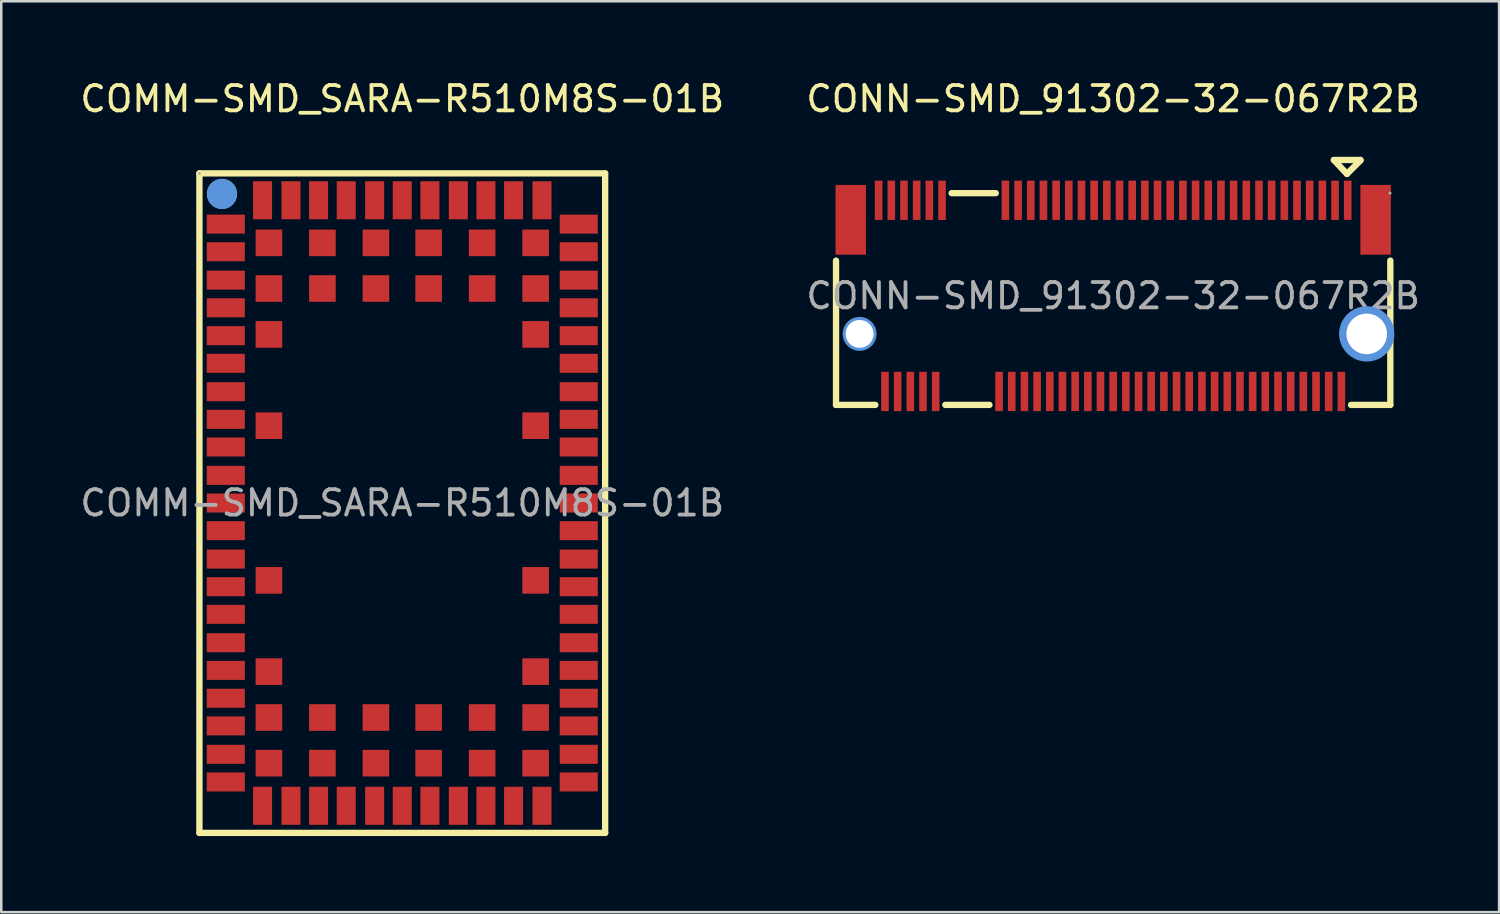
<source format=kicad_pcb>
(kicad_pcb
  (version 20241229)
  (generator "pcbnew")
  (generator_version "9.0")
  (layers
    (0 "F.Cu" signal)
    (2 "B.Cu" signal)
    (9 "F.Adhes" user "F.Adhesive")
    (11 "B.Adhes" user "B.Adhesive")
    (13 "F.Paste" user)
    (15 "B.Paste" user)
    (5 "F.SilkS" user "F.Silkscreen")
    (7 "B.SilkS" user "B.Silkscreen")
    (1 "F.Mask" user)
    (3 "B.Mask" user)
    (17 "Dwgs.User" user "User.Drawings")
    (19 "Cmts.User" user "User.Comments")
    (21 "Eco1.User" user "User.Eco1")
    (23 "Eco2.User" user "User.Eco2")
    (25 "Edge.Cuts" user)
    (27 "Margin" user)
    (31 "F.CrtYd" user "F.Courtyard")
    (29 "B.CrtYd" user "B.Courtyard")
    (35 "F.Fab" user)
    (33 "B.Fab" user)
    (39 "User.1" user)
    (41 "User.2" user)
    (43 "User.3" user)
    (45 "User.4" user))
  (footprint "CONN-SMD_91302-32-067R2B"
    (layer "F.Cu")
    (at 40.851 8.618)
    (property "Reference" "CONN-SMD_91302-32-067R2B" (at 0 -7.77 0) (layer "F.SilkS") (effects (font (size 1 1) (thickness 0.15))))
    (attr smd)
    (fp_line (start -10.93 -1.39) (end -10.93 4.3) (stroke (width 0.25) (type solid)) (layer "F.SilkS"))
    (fp_line (start -10.93 4.3) (end -9.38 4.3) (stroke (width 0.25) (type solid)) (layer "F.SilkS"))
    (fp_line (start -6.62 4.3) (end -4.88 4.3) (stroke (width 0.25) (type solid)) (layer "F.SilkS"))
    (fp_line (start -6.37 -4.05) (end -4.63 -4.05) (stroke (width 0.25) (type solid)) (layer "F.SilkS"))
    (fp_line (start 8.7 -5.36) (end 9.75 -5.36) (stroke (width 0.25) (type solid)) (layer "F.SilkS"))
    (fp_line (start 9.22 -4.81) (end 8.71 -5.35) (stroke (width 0.25) (type solid)) (layer "F.SilkS"))
    (fp_line (start 9.38 4.3) (end 10.93 4.3) (stroke (width 0.25) (type solid)) (layer "F.SilkS"))
    (fp_line (start 9.75 -5.36) (end 9.75 -5.34) (stroke (width 0.25) (type solid)) (layer "F.SilkS"))
    (fp_line (start 9.75 -5.34) (end 9.22 -4.81) (stroke (width 0.25) (type solid)) (layer "F.SilkS"))
    (fp_line (start 10.93 4.3) (end 10.93 -1.39) (stroke (width 0.25) (type solid)) (layer "F.SilkS"))
    (fp_circle (center -10 1.5) (end -9.78 1.5) (stroke (width 0.45) (type solid)) (fill no) (layer "Cmts.User"))
    (fp_circle (center 10 1.5) (end 10.36 1.5) (stroke (width 0.73) (type solid)) (fill no) (layer "Cmts.User"))
    (fp_circle (center 10.92 -4.05) (end 10.95 -4.05) (stroke (width 0.06) (type solid)) (fill no) (layer "F.Fab"))
    (fp_text user "${REFERENCE}" (at 0 0 0) (layer "F.Fab") (effects (font (size 1 1) (thickness 0.15))))
    (pad "" thru_hole circle (at -10 1.5) (size 1.1 1.1) (drill 1.1) (layers "*.Cu" "*.Mask"))
    (pad "" thru_hole circle (at 10 1.5) (size 1.6 1.6) (drill 1.6) (layers "*.Cu" "*.Mask"))
    (pad "1" smd rect (at 9.25 -3.77) (size 0.3 1.55) (layers "F.Cu" "F.Mask" "F.Paste"))
    (pad "2" smd rect (at 9 3.77) (size 0.3 1.55) (layers "F.Cu" "F.Mask" "F.Paste"))
    (pad "3" smd rect (at 8.75 -3.77) (size 0.3 1.55) (layers "F.Cu" "F.Mask" "F.Paste"))
    (pad "4" smd rect (at 8.5 3.77) (size 0.3 1.55) (layers "F.Cu" "F.Mask" "F.Paste"))
    (pad "5" smd rect (at 8.25 -3.77) (size 0.3 1.55) (layers "F.Cu" "F.Mask" "F.Paste"))
    (pad "6" smd rect (at 8 3.77) (size 0.3 1.55) (layers "F.Cu" "F.Mask" "F.Paste"))
    (pad "7" smd rect (at 7.75 -3.77) (size 0.3 1.55) (layers "F.Cu" "F.Mask" "F.Paste"))
    (pad "8" smd rect (at 7.5 3.77) (size 0.3 1.55) (layers "F.Cu" "F.Mask" "F.Paste"))
    (pad "9" smd rect (at 7.25 -3.77) (size 0.3 1.55) (layers "F.Cu" "F.Mask" "F.Paste"))
    (pad "10" smd rect (at 7 3.77) (size 0.3 1.55) (layers "F.Cu" "F.Mask" "F.Paste"))
    (pad "11" smd rect (at 6.75 -3.77) (size 0.3 1.55) (layers "F.Cu" "F.Mask" "F.Paste"))
    (pad "12" smd rect (at 6.5 3.77) (size 0.3 1.55) (layers "F.Cu" "F.Mask" "F.Paste"))
    (pad "13" smd rect (at 6.25 -3.77) (size 0.3 1.55) (layers "F.Cu" "F.Mask" "F.Paste"))
    (pad "14" smd rect (at 6 3.77) (size 0.3 1.55) (layers "F.Cu" "F.Mask" "F.Paste"))
    (pad "15" smd rect (at 5.75 -3.77) (size 0.3 1.55) (layers "F.Cu" "F.Mask" "F.Paste"))
    (pad "16" smd rect (at 5.5 3.77) (size 0.3 1.55) (layers "F.Cu" "F.Mask" "F.Paste"))
    (pad "17" smd rect (at 5.25 -3.77) (size 0.3 1.55) (layers "F.Cu" "F.Mask" "F.Paste"))
    (pad "18" smd rect (at 5 3.77) (size 0.3 1.55) (layers "F.Cu" "F.Mask" "F.Paste"))
    (pad "19" smd rect (at 4.75 -3.77) (size 0.3 1.55) (layers "F.Cu" "F.Mask" "F.Paste"))
    (pad "20" smd rect (at 4.5 3.77) (size 0.3 1.55) (layers "F.Cu" "F.Mask" "F.Paste"))
    (pad "21" smd rect (at 4.25 -3.77) (size 0.3 1.55) (layers "F.Cu" "F.Mask" "F.Paste"))
    (pad "22" smd rect (at 4 3.77) (size 0.3 1.55) (layers "F.Cu" "F.Mask" "F.Paste"))
    (pad "23" smd rect (at 3.75 -3.77) (size 0.3 1.55) (layers "F.Cu" "F.Mask" "F.Paste"))
    (pad "24" smd rect (at 3.5 3.77) (size 0.3 1.55) (layers "F.Cu" "F.Mask" "F.Paste"))
    (pad "25" smd rect (at 3.25 -3.77) (size 0.3 1.55) (layers "F.Cu" "F.Mask" "F.Paste"))
    (pad "26" smd rect (at 3 3.77) (size 0.3 1.55) (layers "F.Cu" "F.Mask" "F.Paste"))
    (pad "27" smd rect (at 2.75 -3.77) (size 0.3 1.55) (layers "F.Cu" "F.Mask" "F.Paste"))
    (pad "28" smd rect (at 2.5 3.77) (size 0.3 1.55) (layers "F.Cu" "F.Mask" "F.Paste"))
    (pad "29" smd rect (at 2.25 -3.77) (size 0.3 1.55) (layers "F.Cu" "F.Mask" "F.Paste"))
    (pad "30" smd rect (at 2 3.77) (size 0.3 1.55) (layers "F.Cu" "F.Mask" "F.Paste"))
    (pad "31" smd rect (at 1.75 -3.77) (size 0.3 1.55) (layers "F.Cu" "F.Mask" "F.Paste"))
    (pad "32" smd rect (at 1.5 3.77) (size 0.3 1.55) (layers "F.Cu" "F.Mask" "F.Paste"))
    (pad "33" smd rect (at 1.25 -3.77) (size 0.3 1.55) (layers "F.Cu" "F.Mask" "F.Paste"))
    (pad "34" smd rect (at 1 3.77) (size 0.3 1.55) (layers "F.Cu" "F.Mask" "F.Paste"))
    (pad "35" smd rect (at 0.75 -3.77) (size 0.3 1.55) (layers "F.Cu" "F.Mask" "F.Paste"))
    (pad "36" smd rect (at 0.5 3.77) (size 0.3 1.55) (layers "F.Cu" "F.Mask" "F.Paste"))
    (pad "37" smd rect (at 0.25 -3.77) (size 0.3 1.55) (layers "F.Cu" "F.Mask" "F.Paste"))
    (pad "38" smd rect (at 0 3.77) (size 0.3 1.55) (layers "F.Cu" "F.Mask" "F.Paste"))
    (pad "39" smd rect (at -0.25 -3.77) (size 0.3 1.55) (layers "F.Cu" "F.Mask" "F.Paste"))
    (pad "40" smd rect (at -0.5 3.77) (size 0.3 1.55) (layers "F.Cu" "F.Mask" "F.Paste"))
    (pad "41" smd rect (at -0.75 -3.77) (size 0.3 1.55) (layers "F.Cu" "F.Mask" "F.Paste"))
    (pad "42" smd rect (at -1 3.77) (size 0.3 1.55) (layers "F.Cu" "F.Mask" "F.Paste"))
    (pad "43" smd rect (at -1.25 -3.77) (size 0.3 1.55) (layers "F.Cu" "F.Mask" "F.Paste"))
    (pad "44" smd rect (at -1.5 3.77) (size 0.3 1.55) (layers "F.Cu" "F.Mask" "F.Paste"))
    (pad "45" smd rect (at -1.75 -3.77) (size 0.3 1.55) (layers "F.Cu" "F.Mask" "F.Paste"))
    (pad "46" smd rect (at -2 3.77) (size 0.3 1.55) (layers "F.Cu" "F.Mask" "F.Paste"))
    (pad "47" smd rect (at -2.25 -3.77) (size 0.3 1.55) (layers "F.Cu" "F.Mask" "F.Paste"))
    (pad "48" smd rect (at -2.5 3.77) (size 0.3 1.55) (layers "F.Cu" "F.Mask" "F.Paste"))
    (pad "49" smd rect (at -2.75 -3.77) (size 0.3 1.55) (layers "F.Cu" "F.Mask" "F.Paste"))
    (pad "50" smd rect (at -3 3.77) (size 0.3 1.55) (layers "F.Cu" "F.Mask" "F.Paste"))
    (pad "51" smd rect (at -3.25 -3.77) (size 0.3 1.55) (layers "F.Cu" "F.Mask" "F.Paste"))
    (pad "52" smd rect (at -3.5 3.77) (size 0.3 1.55) (layers "F.Cu" "F.Mask" "F.Paste"))
    (pad "53" smd rect (at -3.75 -3.77) (size 0.3 1.55) (layers "F.Cu" "F.Mask" "F.Paste"))
    (pad "54" smd rect (at -4 3.77) (size 0.3 1.55) (layers "F.Cu" "F.Mask" "F.Paste"))
    (pad "55" smd rect (at -4.25 -3.77) (size 0.3 1.55) (layers "F.Cu" "F.Mask" "F.Paste"))
    (pad "56" smd rect (at -4.5 3.77) (size 0.3 1.55) (layers "F.Cu" "F.Mask" "F.Paste"))
    (pad "65" smd rect (at -6.75 -3.77) (size 0.3 1.55) (layers "F.Cu" "F.Mask" "F.Paste"))
    (pad "66" smd rect (at -7 3.77) (size 0.3 1.55) (layers "F.Cu" "F.Mask" "F.Paste"))
    (pad "67" smd rect (at -7.25 -3.77) (size 0.3 1.55) (layers "F.Cu" "F.Mask" "F.Paste"))
    (pad "68" smd rect (at -7.5 3.77) (size 0.3 1.55) (layers "F.Cu" "F.Mask" "F.Paste"))
    (pad "69" smd rect (at -7.75 -3.77) (size 0.3 1.55) (layers "F.Cu" "F.Mask" "F.Paste"))
    (pad "70" smd rect (at -8 3.77) (size 0.3 1.55) (layers "F.Cu" "F.Mask" "F.Paste"))
    (pad "71" smd rect (at -8.25 -3.77) (size 0.3 1.55) (layers "F.Cu" "F.Mask" "F.Paste"))
    (pad "72" smd rect (at -8.5 3.77) (size 0.3 1.55) (layers "F.Cu" "F.Mask" "F.Paste"))
    (pad "73" smd rect (at -8.75 -3.77) (size 0.3 1.55) (layers "F.Cu" "F.Mask" "F.Paste"))
    (pad "74" smd rect (at -9 3.77) (size 0.3 1.55) (layers "F.Cu" "F.Mask" "F.Paste"))
    (pad "75" smd rect (at -9.25 -3.77) (size 0.3 1.55) (layers "F.Cu" "F.Mask" "F.Paste"))
    (pad "76" smd rect (at -10.35 -3) (size 1.2 2.75) (layers "F.Cu" "F.Mask" "F.Paste"))
    (pad "76" smd rect (at 10.35 -3) (size 1.2 2.75) (layers "F.Cu" "F.Mask" "F.Paste")))
  (footprint "COMM-SMD_SARA-R510M8S-01B"
    (layer "F.Cu")
    (at 12.815 16.788)
    (property "Reference" "COMM-SMD_SARA-R510M8S-01B" (at 0 -15.94 0) (layer "F.SilkS") (effects (font (size 1 1) (thickness 0.15))))
    (attr smd)
    (fp_line (start -8 -13) (end 8 -13) (stroke (width 0.25) (type solid)) (layer "F.SilkS"))
    (fp_line (start -8 13.01) (end -8 -13) (stroke (width 0.25) (type solid)) (layer "F.SilkS"))
    (fp_line (start 8 -13) (end 8 13.01) (stroke (width 0.25) (type solid)) (layer "F.SilkS"))
    (fp_line (start 8 13.01) (end -8 13.01) (stroke (width 0.25) (type solid)) (layer "F.SilkS"))
    (fp_circle (center -7.11 -12.19) (end -6.65 -12.19) (stroke (width 0.25) (type solid)) (fill no) (layer "F.SilkS"))
    (fp_circle (center -7.11 -12.19) (end -6.81 -12.19) (stroke (width 0.6) (type solid)) (fill no) (layer "Cmts.User"))
    (fp_circle (center -8 -13) (end -7.97 -13) (stroke (width 0.06) (type solid)) (fill no) (layer "F.Fab"))
    (fp_text user "${REFERENCE}" (at 0 0 0) (layer "F.Fab") (effects (font (size 1 1) (thickness 0.15))))
    (pad "1" smd rect (at -6.96 -11 90) (size 0.75 1.5) (layers "F.Cu" "F.Mask" "F.Paste"))
    (pad "2" smd rect (at -6.96 -9.91 90) (size 0.75 1.5) (layers "F.Cu" "F.Mask" "F.Paste"))
    (pad "3" smd rect (at -6.96 -8.79 90) (size 0.75 1.5) (layers "F.Cu" "F.Mask" "F.Paste"))
    (pad "4" smd rect (at -6.96 -7.7 90) (size 0.75 1.5) (layers "F.Cu" "F.Mask" "F.Paste"))
    (pad "5" smd rect (at -6.96 -6.6 90) (size 0.75 1.5) (layers "F.Cu" "F.Mask" "F.Paste"))
    (pad "6" smd rect (at -6.96 -5.51 90) (size 0.75 1.5) (layers "F.Cu" "F.Mask" "F.Paste"))
    (pad "7" smd rect (at -6.96 -4.39 90) (size 0.75 1.5) (layers "F.Cu" "F.Mask" "F.Paste"))
    (pad "8" smd rect (at -6.96 -3.3 90) (size 0.75 1.5) (layers "F.Cu" "F.Mask" "F.Paste"))
    (pad "9" smd rect (at -6.96 -2.21 90) (size 0.75 1.5) (layers "F.Cu" "F.Mask" "F.Paste"))
    (pad "10" smd rect (at -6.96 -1.09 90) (size 0.75 1.5) (layers "F.Cu" "F.Mask" "F.Paste"))
    (pad "11" smd rect (at -6.96 0 90) (size 0.75 1.5) (layers "F.Cu" "F.Mask" "F.Paste"))
    (pad "12" smd rect (at -6.96 1.09 90) (size 0.75 1.5) (layers "F.Cu" "F.Mask" "F.Paste"))
    (pad "13" smd rect (at -6.96 2.21 90) (size 0.75 1.5) (layers "F.Cu" "F.Mask" "F.Paste"))
    (pad "14" smd rect (at -6.96 3.3 90) (size 0.75 1.5) (layers "F.Cu" "F.Mask" "F.Paste"))
    (pad "15" smd rect (at -6.96 4.39 90) (size 0.75 1.5) (layers "F.Cu" "F.Mask" "F.Paste"))
    (pad "16" smd rect (at -6.96 5.51 90) (size 0.75 1.5) (layers "F.Cu" "F.Mask" "F.Paste"))
    (pad "17" smd rect (at -6.96 6.6 90) (size 0.75 1.5) (layers "F.Cu" "F.Mask" "F.Paste"))
    (pad "18" smd rect (at -6.96 7.7 90) (size 0.75 1.5) (layers "F.Cu" "F.Mask" "F.Paste"))
    (pad "19" smd rect (at -6.96 8.79 90) (size 0.75 1.5) (layers "F.Cu" "F.Mask" "F.Paste"))
    (pad "20" smd rect (at -6.96 9.91 90) (size 0.75 1.5) (layers "F.Cu" "F.Mask" "F.Paste"))
    (pad "21" smd rect (at -6.96 11 90) (size 0.75 1.5) (layers "F.Cu" "F.Mask" "F.Paste"))
    (pad "22" smd rect (at -5.51 11.94) (size 0.75 1.5) (layers "F.Cu" "F.Mask" "F.Paste"))
    (pad "23" smd rect (at -4.39 11.94) (size 0.75 1.5) (layers "F.Cu" "F.Mask" "F.Paste"))
    (pad "24" smd rect (at -3.3 11.94) (size 0.75 1.5) (layers "F.Cu" "F.Mask" "F.Paste"))
    (pad "25" smd rect (at -2.21 11.94) (size 0.75 1.5) (layers "F.Cu" "F.Mask" "F.Paste"))
    (pad "26" smd rect (at -1.09 11.94) (size 0.75 1.5) (layers "F.Cu" "F.Mask" "F.Paste"))
    (pad "27" smd rect (at 0 11.94) (size 0.75 1.5) (layers "F.Cu" "F.Mask" "F.Paste"))
    (pad "28" smd rect (at 1.09 11.94) (size 0.75 1.5) (layers "F.Cu" "F.Mask" "F.Paste"))
    (pad "29" smd rect (at 2.21 11.94) (size 0.75 1.5) (layers "F.Cu" "F.Mask" "F.Paste"))
    (pad "30" smd rect (at 3.3 11.94) (size 0.75 1.5) (layers "F.Cu" "F.Mask" "F.Paste"))
    (pad "31" smd rect (at 4.39 11.94) (size 0.75 1.5) (layers "F.Cu" "F.Mask" "F.Paste"))
    (pad "32" smd rect (at 5.51 11.94) (size 0.75 1.5) (layers "F.Cu" "F.Mask" "F.Paste"))
    (pad "33" smd rect (at 6.96 11 90) (size 0.75 1.5) (layers "F.Cu" "F.Mask" "F.Paste"))
    (pad "34" smd rect (at 6.96 9.91 90) (size 0.75 1.5) (layers "F.Cu" "F.Mask" "F.Paste"))
    (pad "35" smd rect (at 6.96 8.79 90) (size 0.75 1.5) (layers "F.Cu" "F.Mask" "F.Paste"))
    (pad "36" smd rect (at 6.96 7.7 90) (size 0.75 1.5) (layers "F.Cu" "F.Mask" "F.Paste"))
    (pad "37" smd rect (at 6.96 6.6 90) (size 0.75 1.5) (layers "F.Cu" "F.Mask" "F.Paste"))
    (pad "38" smd rect (at 6.96 5.51 90) (size 0.75 1.5) (layers "F.Cu" "F.Mask" "F.Paste"))
    (pad "39" smd rect (at 6.96 4.39 90) (size 0.75 1.5) (layers "F.Cu" "F.Mask" "F.Paste"))
    (pad "40" smd rect (at 6.96 3.3 90) (size 0.75 1.5) (layers "F.Cu" "F.Mask" "F.Paste"))
    (pad "41" smd rect (at 6.96 2.21 90) (size 0.75 1.5) (layers "F.Cu" "F.Mask" "F.Paste"))
    (pad "42" smd rect (at 6.96 1.09 90) (size 0.75 1.5) (layers "F.Cu" "F.Mask" "F.Paste"))
    (pad "43" smd rect (at 6.96 0 90) (size 0.75 1.5) (layers "F.Cu" "F.Mask" "F.Paste"))
    (pad "44" smd rect (at 6.96 -1.09 90) (size 0.75 1.5) (layers "F.Cu" "F.Mask" "F.Paste"))
    (pad "45" smd rect (at 6.96 -2.21 90) (size 0.75 1.5) (layers "F.Cu" "F.Mask" "F.Paste"))
    (pad "46" smd rect (at 6.96 -3.3 90) (size 0.75 1.5) (layers "F.Cu" "F.Mask" "F.Paste"))
    (pad "47" smd rect (at 6.96 -4.39 90) (size 0.75 1.5) (layers "F.Cu" "F.Mask" "F.Paste"))
    (pad "48" smd rect (at 6.96 -5.51 90) (size 0.75 1.5) (layers "F.Cu" "F.Mask" "F.Paste"))
    (pad "49" smd rect (at 6.96 -6.6 90) (size 0.75 1.5) (layers "F.Cu" "F.Mask" "F.Paste"))
    (pad "50" smd rect (at 6.96 -7.7 90) (size 0.75 1.5) (layers "F.Cu" "F.Mask" "F.Paste"))
    (pad "51" smd rect (at 6.96 -8.79 90) (size 0.75 1.5) (layers "F.Cu" "F.Mask" "F.Paste"))
    (pad "52" smd rect (at 6.96 -9.91 90) (size 0.75 1.5) (layers "F.Cu" "F.Mask" "F.Paste"))
    (pad "53" smd rect (at 6.96 -11 90) (size 0.75 1.5) (layers "F.Cu" "F.Mask" "F.Paste"))
    (pad "54" smd rect (at 5.51 -11.94) (size 0.75 1.5) (layers "F.Cu" "F.Mask" "F.Paste"))
    (pad "55" smd rect (at 4.39 -11.94) (size 0.75 1.5) (layers "F.Cu" "F.Mask" "F.Paste"))
    (pad "56" smd rect (at 3.3 -11.94) (size 0.75 1.5) (layers "F.Cu" "F.Mask" "F.Paste"))
    (pad "57" smd rect (at 2.21 -11.94) (size 0.75 1.5) (layers "F.Cu" "F.Mask" "F.Paste"))
    (pad "58" smd rect (at 1.09 -11.94) (size 0.75 1.5) (layers "F.Cu" "F.Mask" "F.Paste"))
    (pad "59" smd rect (at 0 -11.94) (size 0.75 1.5) (layers "F.Cu" "F.Mask" "F.Paste"))
    (pad "60" smd rect (at -1.09 -11.94) (size 0.75 1.5) (layers "F.Cu" "F.Mask" "F.Paste"))
    (pad "61" smd rect (at -2.21 -11.94) (size 0.75 1.5) (layers "F.Cu" "F.Mask" "F.Paste"))
    (pad "62" smd rect (at -3.3 -11.94) (size 0.75 1.5) (layers "F.Cu" "F.Mask" "F.Paste"))
    (pad "63" smd rect (at -4.39 -11.94) (size 0.75 1.5) (layers "F.Cu" "F.Mask" "F.Paste"))
    (pad "64" smd rect (at -5.51 -11.94) (size 0.75 1.5) (layers "F.Cu" "F.Mask" "F.Paste"))
    (pad "65" smd rect (at -5.26 -10.26) (size 1.05 1.05) (layers "F.Cu" "F.Mask" "F.Paste"))
    (pad "66" smd rect (at -3.15 -10.26) (size 1.05 1.05) (layers "F.Cu" "F.Mask" "F.Paste"))
    (pad "67" smd rect (at -1.04 -10.26) (size 1.05 1.05) (layers "F.Cu" "F.Mask" "F.Paste"))
    (pad "68" smd rect (at 1.04 -10.26) (size 1.05 1.05) (layers "F.Cu" "F.Mask" "F.Paste"))
    (pad "69" smd rect (at 3.15 -10.26) (size 1.05 1.05) (layers "F.Cu" "F.Mask" "F.Paste"))
    (pad "70" smd rect (at 5.26 -10.26) (size 1.05 1.05) (layers "F.Cu" "F.Mask" "F.Paste"))
    (pad "71" smd rect (at -5.26 -8.46) (size 1.05 1.05) (layers "F.Cu" "F.Mask" "F.Paste"))
    (pad "72" smd rect (at -3.15 -8.46) (size 1.05 1.05) (layers "F.Cu" "F.Mask" "F.Paste"))
    (pad "73" smd rect (at -1.04 -8.46) (size 1.05 1.05) (layers "F.Cu" "F.Mask" "F.Paste"))
    (pad "74" smd rect (at 1.04 -8.46) (size 1.05 1.05) (layers "F.Cu" "F.Mask" "F.Paste"))
    (pad "75" smd rect (at 3.15 -8.46) (size 1.05 1.05) (layers "F.Cu" "F.Mask" "F.Paste"))
    (pad "76" smd rect (at 5.26 -8.46) (size 1.05 1.05) (layers "F.Cu" "F.Mask" "F.Paste"))
    (pad "77" smd rect (at -5.26 -6.65) (size 1.05 1.05) (layers "F.Cu" "F.Mask" "F.Paste"))
    (pad "78" smd rect (at 5.26 -6.65) (size 1.05 1.05) (layers "F.Cu" "F.Mask" "F.Paste"))
    (pad "79" smd rect (at -5.26 -3.05) (size 1.05 1.05) (layers "F.Cu" "F.Mask" "F.Paste"))
    (pad "80" smd rect (at 5.26 -3.05) (size 1.05 1.05) (layers "F.Cu" "F.Mask" "F.Paste"))
    (pad "81" smd rect (at -5.26 3.05 180) (size 1.05 1.05) (layers "F.Cu" "F.Mask" "F.Paste"))
    (pad "82" smd rect (at 5.26 3.05 180) (size 1.05 1.05) (layers "F.Cu" "F.Mask" "F.Paste"))
    (pad "83" smd rect (at -5.26 6.65 180) (size 1.05 1.05) (layers "F.Cu" "F.Mask" "F.Paste"))
    (pad "84" smd rect (at 5.26 6.65 180) (size 1.05 1.05) (layers "F.Cu" "F.Mask" "F.Paste"))
    (pad "85" smd rect (at -5.26 8.46 180) (size 1.05 1.05) (layers "F.Cu" "F.Mask" "F.Paste"))
    (pad "86" smd rect (at -3.15 8.46 180) (size 1.05 1.05) (layers "F.Cu" "F.Mask" "F.Paste"))
    (pad "87" smd rect (at -1.04 8.46 180) (size 1.05 1.05) (layers "F.Cu" "F.Mask" "F.Paste"))
    (pad "88" smd rect (at 1.04 8.46 180) (size 1.05 1.05) (layers "F.Cu" "F.Mask" "F.Paste"))
    (pad "89" smd rect (at 3.15 8.46 180) (size 1.05 1.05) (layers "F.Cu" "F.Mask" "F.Paste"))
    (pad "90" smd rect (at 5.26 8.46 180) (size 1.05 1.05) (layers "F.Cu" "F.Mask" "F.Paste"))
    (pad "91" smd rect (at -5.26 10.26 180) (size 1.05 1.05) (layers "F.Cu" "F.Mask" "F.Paste"))
    (pad "92" smd rect (at -3.15 10.26 180) (size 1.05 1.05) (layers "F.Cu" "F.Mask" "F.Paste"))
    (pad "93" smd rect (at -1.04 10.26 180) (size 1.05 1.05) (layers "F.Cu" "F.Mask" "F.Paste"))
    (pad "94" smd rect (at 1.04 10.26 180) (size 1.05 1.05) (layers "F.Cu" "F.Mask" "F.Paste"))
    (pad "95" smd rect (at 3.15 10.26 180) (size 1.05 1.05) (layers "F.Cu" "F.Mask" "F.Paste"))
    (pad "96" smd rect (at 5.26 10.26 180) (size 1.05 1.05) (layers "F.Cu" "F.Mask" "F.Paste")))
  (gr_rect
    (start -3 -3)
    (end 56.071 32.923)
    (stroke (width 0.1) (type default))
    (fill no)
    (layer "Edge.Cuts")))
</source>
